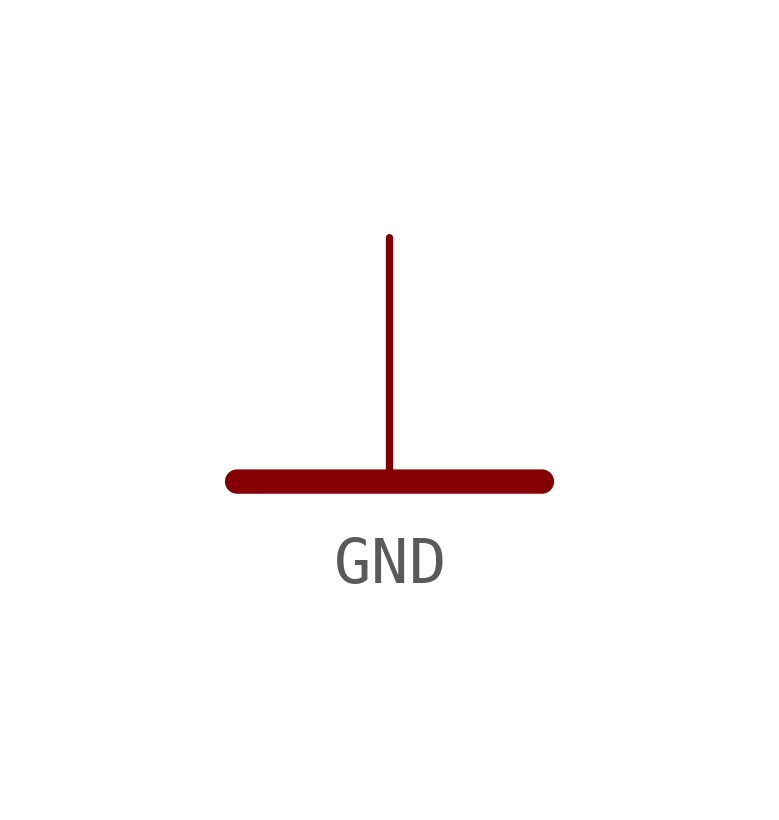
<source format=kicad_sym>
(kicad_symbol_lib
  (version 20211014)
  (generator kicad_symbol_editor)
  (symbol "GND"
    (power)
    (pin_numbers hide)
    (pin_names
      (offset 0))
    (property "Reference" "#PWR"
      (at 0 -1.778 0)
      (effects (font (size 1.778 1.778)) hide))
    (symbol "GND_0_1"
      (polyline (pts (xy -3.175 0) (xy 3.175 0)) (stroke (width 0.508) (type default) (color 0 0 0 0)) (fill (type none)))
      (polyline (pts (xy 0 5.08) (xy 0 0)) (stroke (width 0) (type default) (color 0 0 0 0)) (fill (type none))))
    (symbol "GND_1_1"
      (pin power_out line (at 0 5.08 270) (length 5.08) hide (name "GND" (effects (font (size 1.27 1.27)))) (number "1" (effects (font (size 1.27 1.27))))))))
</source>
